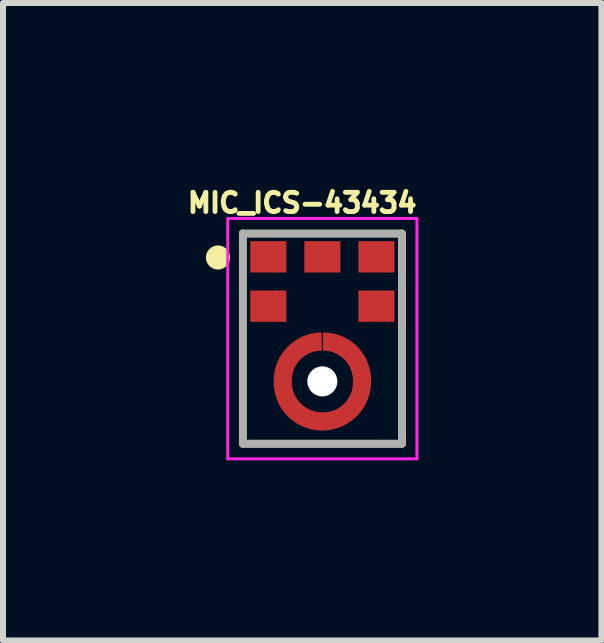
<source format=kicad_pcb>
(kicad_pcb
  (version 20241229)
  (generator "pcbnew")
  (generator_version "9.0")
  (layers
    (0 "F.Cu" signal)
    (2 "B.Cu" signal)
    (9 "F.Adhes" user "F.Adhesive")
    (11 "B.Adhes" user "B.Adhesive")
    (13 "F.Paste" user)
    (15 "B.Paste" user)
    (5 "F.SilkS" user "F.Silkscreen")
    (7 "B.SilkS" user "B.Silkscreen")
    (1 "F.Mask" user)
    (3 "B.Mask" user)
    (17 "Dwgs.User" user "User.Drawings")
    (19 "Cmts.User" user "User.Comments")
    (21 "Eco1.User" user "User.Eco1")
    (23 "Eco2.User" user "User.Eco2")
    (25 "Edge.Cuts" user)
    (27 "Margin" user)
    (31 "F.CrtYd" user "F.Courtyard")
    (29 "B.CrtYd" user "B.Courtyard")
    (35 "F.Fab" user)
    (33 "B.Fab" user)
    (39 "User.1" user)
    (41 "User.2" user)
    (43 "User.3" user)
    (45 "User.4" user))
  (footprint "MIC_ICS-43434"
    (layer "F.Cu")
    (at 2.318 2.588)
    (property "Reference" "MIC_ICS-43434" (at -0.335 -2.259 0) (layer "F.SilkS") (effects (font (size 0.321 0.321) (thickness 0.15))))
    (attr smd)
    (fp_circle (center 0 0.713) (end 0.665 0.713) (stroke (width 0.5) (type solid)) (fill no) (layer "F.Mask"))
    (fp_line (start -1.325 -1.75) (end -1.325 1.75) (stroke (width 0.127) (type solid)) (layer "F.SilkS"))
    (fp_line (start -1.325 1.75) (end 1.325 1.75) (stroke (width 0.127) (type solid)) (layer "F.SilkS"))
    (fp_line (start 1.325 -1.75) (end -1.325 -1.75) (stroke (width 0.127) (type solid)) (layer "F.SilkS"))
    (fp_line (start 1.325 1.75) (end 1.325 -1.75) (stroke (width 0.127) (type solid)) (layer "F.SilkS"))
    (fp_circle (center -1.738 -1.35) (end -1.637 -1.35) (stroke (width 0.2) (type solid)) (fill no) (layer "F.SilkS"))
    (fp_poly (pts (xy -0.65 -1.572) (xy -0.65 -1.15) (xy -1.15 -1.15) (xy -1.15 -1.572)) (stroke (width 0.001) (type solid)) (fill yes) (layer "F.Paste"))
    (fp_poly (pts (xy -0.65 -0.75) (xy -0.65 -0.328) (xy -1.15 -0.328) (xy -1.15 -0.75)) (stroke (width 0.001) (type solid)) (fill yes) (layer "F.Paste"))
    (fp_poly (pts (xy 0.25 -1.572) (xy 0.25 -1.15) (xy -0.25 -1.15) (xy -0.25 -1.572)) (stroke (width 0.001) (type solid)) (fill yes) (layer "F.Paste"))
    (fp_poly (pts (xy 1.15 -1.572) (xy 1.15 -1.15) (xy 0.65 -1.15) (xy 0.65 -1.572)) (stroke (width 0.001) (type solid)) (fill yes) (layer "F.Paste"))
    (fp_poly (pts (xy 1.15 -0.75) (xy 1.15 -0.328) (xy 0.65 -0.328) (xy 0.65 -0.75)) (stroke (width 0.001) (type solid)) (fill yes) (layer "F.Paste"))
    (fp_poly (pts (xy -0.51 0.663) (xy -0.508 0.642) (xy -0.504 0.618) (xy -0.499 0.595) (xy -0.493 0.572) (xy -0.486 0.55) (xy -0.478 0.527) (xy -0.469 0.505) (xy -0.459 0.484) (xy -0.448 0.463) (xy -0.436 0.443) (xy -0.423 0.423) (xy -0.41 0.403) (xy -0.395 0.385) (xy -0.379 0.367) (xy -0.363 0.35) (xy -0.346 0.334) (xy -0.328 0.318) (xy -0.31 0.303) (xy -0.29 0.29) (xy -0.27 0.277) (xy -0.25 0.265) (xy -0.229 0.254) (xy -0.208 0.244) (xy -0.186 0.235) (xy -0.163 0.227) (xy -0.141 0.22) (xy -0.118 0.214) (xy -0.095 0.209) (xy -0.071 0.205) (xy -0.05 0.203) (xy -0.05 -0.097) (xy -0.089 -0.094) (xy -0.127 -0.089) (xy -0.166 -0.082) (xy -0.204 -0.074) (xy -0.242 -0.063) (xy -0.28 -0.051) (xy -0.316 -0.036) (xy -0.352 -0.02) (xy -0.387 -0.003) (xy -0.421 0.017) (xy -0.454 0.038) (xy -0.487 0.06) (xy -0.518 0.085) (xy -0.547 0.11) (xy -0.576 0.137) (xy -0.603 0.166) (xy -0.628 0.195) (xy -0.653 0.226) (xy -0.675 0.259) (xy -0.696 0.292) (xy -0.716 0.326) (xy -0.733 0.361) (xy -0.749 0.397) (xy -0.764 0.433) (xy -0.776 0.471) (xy -0.787 0.509) (xy -0.795 0.547) (xy -0.802 0.586) (xy -0.807 0.624) (xy -0.81 0.663) (xy -0.51 0.663)) (stroke (width 0.001) (type solid)) (fill yes) (layer "F.Paste"))
    (fp_poly (pts (xy -0.05 1.223) (xy -0.071 1.221) (xy -0.095 1.217) (xy -0.118 1.212) (xy -0.141 1.206) (xy -0.163 1.199) (xy -0.186 1.191) (xy -0.208 1.182) (xy -0.229 1.172) (xy -0.25 1.161) (xy -0.27 1.149) (xy -0.29 1.136) (xy -0.31 1.123) (xy -0.328 1.108) (xy -0.346 1.092) (xy -0.363 1.076) (xy -0.379 1.059) (xy -0.395 1.041) (xy -0.41 1.023) (xy -0.423 1.003) (xy -0.436 0.983) (xy -0.448 0.963) (xy -0.459 0.942) (xy -0.469 0.921) (xy -0.478 0.899) (xy -0.486 0.876) (xy -0.493 0.854) (xy -0.499 0.831) (xy -0.504 0.808) (xy -0.508 0.784) (xy -0.51 0.763) (xy -0.81 0.763) (xy -0.807 0.802) (xy -0.802 0.84) (xy -0.795 0.879) (xy -0.787 0.917) (xy -0.776 0.955) (xy -0.764 0.993) (xy -0.749 1.029) (xy -0.733 1.065) (xy -0.716 1.1) (xy -0.696 1.134) (xy -0.675 1.167) (xy -0.653 1.2) (xy -0.628 1.231) (xy -0.603 1.26) (xy -0.576 1.289) (xy -0.547 1.316) (xy -0.518 1.341) (xy -0.487 1.366) (xy -0.454 1.388) (xy -0.421 1.409) (xy -0.387 1.429) (xy -0.352 1.446) (xy -0.316 1.462) (xy -0.28 1.477) (xy -0.242 1.489) (xy -0.204 1.5) (xy -0.166 1.508) (xy -0.127 1.515) (xy -0.089 1.52) (xy -0.05 1.523) (xy -0.05 1.223)) (stroke (width 0.001) (type solid)) (fill yes) (layer "F.Paste"))
    (fp_poly (pts (xy 0.05 0.203) (xy 0.071 0.205) (xy 0.095 0.209) (xy 0.118 0.214) (xy 0.141 0.22) (xy 0.163 0.227) (xy 0.186 0.235) (xy 0.208 0.244) (xy 0.229 0.254) (xy 0.25 0.265) (xy 0.27 0.277) (xy 0.29 0.29) (xy 0.31 0.303) (xy 0.328 0.318) (xy 0.346 0.334) (xy 0.363 0.35) (xy 0.379 0.367) (xy 0.395 0.385) (xy 0.41 0.403) (xy 0.423 0.423) (xy 0.436 0.443) (xy 0.448 0.463) (xy 0.459 0.484) (xy 0.469 0.505) (xy 0.478 0.527) (xy 0.486 0.55) (xy 0.493 0.572) (xy 0.499 0.595) (xy 0.504 0.618) (xy 0.508 0.642) (xy 0.51 0.663) (xy 0.81 0.663) (xy 0.807 0.624) (xy 0.802 0.586) (xy 0.795 0.547) (xy 0.787 0.509) (xy 0.776 0.471) (xy 0.764 0.433) (xy 0.749 0.397) (xy 0.733 0.361) (xy 0.716 0.326) (xy 0.696 0.292) (xy 0.675 0.259) (xy 0.653 0.226) (xy 0.628 0.195) (xy 0.603 0.166) (xy 0.576 0.137) (xy 0.547 0.11) (xy 0.518 0.085) (xy 0.487 0.06) (xy 0.454 0.038) (xy 0.421 0.017) (xy 0.387 -0.003) (xy 0.352 -0.02) (xy 0.316 -0.036) (xy 0.28 -0.051) (xy 0.242 -0.063) (xy 0.204 -0.074) (xy 0.166 -0.082) (xy 0.127 -0.089) (xy 0.089 -0.094) (xy 0.05 -0.097) (xy 0.05 0.203)) (stroke (width 0.001) (type solid)) (fill yes) (layer "F.Paste"))
    (fp_poly (pts (xy 0.51 0.763) (xy 0.508 0.784) (xy 0.504 0.808) (xy 0.499 0.831) (xy 0.493 0.854) (xy 0.486 0.876) (xy 0.478 0.899) (xy 0.469 0.921) (xy 0.459 0.942) (xy 0.448 0.963) (xy 0.436 0.983) (xy 0.423 1.003) (xy 0.41 1.023) (xy 0.395 1.041) (xy 0.379 1.059) (xy 0.363 1.076) (xy 0.346 1.092) (xy 0.328 1.108) (xy 0.31 1.123) (xy 0.29 1.136) (xy 0.27 1.149) (xy 0.25 1.161) (xy 0.229 1.172) (xy 0.208 1.182) (xy 0.186 1.191) (xy 0.163 1.199) (xy 0.141 1.206) (xy 0.118 1.212) (xy 0.095 1.217) (xy 0.071 1.221) (xy 0.05 1.223) (xy 0.05 1.523) (xy 0.089 1.52) (xy 0.127 1.515) (xy 0.166 1.508) (xy 0.204 1.5) (xy 0.242 1.489) (xy 0.28 1.477) (xy 0.316 1.462) (xy 0.352 1.446) (xy 0.387 1.429) (xy 0.421 1.409) (xy 0.454 1.388) (xy 0.487 1.366) (xy 0.518 1.341) (xy 0.547 1.316) (xy 0.576 1.289) (xy 0.603 1.26) (xy 0.628 1.231) (xy 0.653 1.2) (xy 0.675 1.167) (xy 0.696 1.134) (xy 0.716 1.1) (xy 0.733 1.065) (xy 0.749 1.029) (xy 0.764 0.993) (xy 0.776 0.955) (xy 0.787 0.917) (xy 0.795 0.879) (xy 0.802 0.84) (xy 0.807 0.802) (xy 0.81 0.763) (xy 0.51 0.763)) (stroke (width 0.001) (type solid)) (fill yes) (layer "F.Paste"))
    (fp_line (start -1.575 -2) (end 1.575 -2) (stroke (width 0.05) (type solid)) (layer "F.CrtYd"))
    (fp_line (start -1.575 2.003) (end -1.575 -2) (stroke (width 0.05) (type solid)) (layer "F.CrtYd"))
    (fp_line (start 1.575 -2) (end 1.575 2.003) (stroke (width 0.05) (type solid)) (layer "F.CrtYd"))
    (fp_line (start 1.575 2.003) (end -1.575 2.003) (stroke (width 0.05) (type solid)) (layer "F.CrtYd"))
    (fp_line (start -1.325 -1.747) (end 1.325 -1.747) (stroke (width 0.127) (type solid)) (layer "F.Fab"))
    (fp_line (start -1.325 1.753) (end -1.325 -1.747) (stroke (width 0.127) (type solid)) (layer "F.Fab"))
    (fp_line (start 1.325 -1.747) (end 1.325 1.753) (stroke (width 0.127) (type solid)) (layer "F.Fab"))
    (fp_line (start 1.325 1.753) (end -1.325 1.753) (stroke (width 0.127) (type solid)) (layer "F.Fab"))
    (pad "" np_thru_hole circle (at 0 0.713) (size 0.5 0.5) (drill 0.5) (layers "*.Cu" "*.Mask"))
    (pad "1" smd rect (at -0.9 -1.361) (size 0.6 0.522) (layers "F.Cu" "F.Mask"))
    (pad "2" smd rect (at -0.9 -0.539) (size 0.6 0.522) (layers "F.Cu" "F.Mask"))
    (pad "3" smd custom (at -0.015 1.383) (size 0.1 0.1) (layers "F.Cu") (options (anchor rect)) (primitives (gr_poly (pts (xy 0.005 -1.483) (xy 0.005 -1.183) (xy -0.021 -1.182) (xy -0.046 -1.18) (xy -0.072 -1.177) (xy -0.099 -1.172) (xy -0.123 -1.166) (xy -0.149 -1.159) (xy -0.173 -1.15) (xy -0.198 -1.14) (xy -0.222 -1.129) (xy -0.244 -1.116) (xy -0.267 -1.102) (xy -0.288 -1.088) (xy -0.309 -1.072) (xy -0.33 -1.055) (xy -0.348 -1.037) (xy -0.366 -1.018) (xy -0.384 -0.998) (xy -0.4 -0.977) (xy -0.413 -0.955) (xy -0.427 -0.933) (xy -0.441 -0.91) (xy -0.452 -0.886) (xy -0.462 -0.862) (xy -0.47 -0.838) (xy -0.477 -0.812) (xy -0.483 -0.787) (xy -0.488 -0.761) (xy -0.491 -0.735) (xy -0.493 -0.709) (xy -0.494 -0.683) (xy -0.494 -0.663) (xy -0.493 -0.636) (xy -0.491 -0.61) (xy -0.488 -0.583) (xy -0.483 -0.557) (xy -0.477 -0.531) (xy -0.469 -0.505) (xy -0.461 -0.48) (xy -0.451 -0.456) (xy -0.439 -0.431) (xy -0.426 -0.408) (xy -0.412 -0.385) (xy -0.398 -0.363) (xy -0.381 -0.342) (xy -0.363 -0.322) (xy -0.345 -0.302) (xy -0.326 -0.284) (xy -0.305 -0.267) (xy -0.284 -0.25) (xy -0.263 -0.235) (xy -0.239 -0.221) (xy -0.216 -0.209) (xy -0.192 -0.197) (xy -0.168 -0.187) (xy -0.142 -0.178) (xy -0.117 -0.17) (xy -0.09 -0.164) (xy -0.065 -0.159) (xy -0.037 -0.156) (xy -0.011 -0.154) (xy 0.015 -0.153) (xy 0.025 -0.153) (xy 0.051 -0.154) (xy 0.077 -0.156) (xy 0.103 -0.159) (xy 0.13 -0.164) (xy 0.154 -0.17) (xy 0.18 -0.177) (xy 0.204 -0.186) (xy 0.229 -0.196) (xy 0.253 -0.207) (xy 0.276 -0.22) (xy 0.297 -0.234) (xy 0.32 -0.248) (xy 0.341 -0.264) (xy 0.36 -0.281) (xy 0.38 -0.299) (xy 0.398 -0.318) (xy 0.414 -0.338) (xy 0.43 -0.359) (xy 0.445 -0.381) (xy 0.459 -0.403) (xy 0.471 -0.426) (xy 0.482 -0.45) (xy 0.492 -0.474) (xy 0.501 -0.498) (xy 0.508 -0.524) (xy 0.514 -0.549) (xy 0.519 -0.575) (xy 0.522 -0.601) (xy 0.524 -0.627) (xy 0.525 -0.653) (xy 0.525 -0.683) (xy 0.524 -0.709) (xy 0.522 -0.735) (xy 0.519 -0.761) (xy 0.514 -0.787) (xy 0.508 -0.812) (xy 0.501 -0.838) (xy 0.492 -0.862) (xy 0.482 -0.886) (xy 0.471 -0.91) (xy 0.459 -0.933) (xy 0.445 -0.955) (xy 0.43 -0.977) (xy 0.414 -0.998) (xy 0.398 -1.018) (xy 0.38 -1.037) (xy 0.36 -1.055) (xy 0.341 -1.072) (xy 0.32 -1.088) (xy 0.297 -1.102) (xy 0.276 -1.116) (xy 0.253 -1.129) (xy 0.229 -1.14) (xy 0.204 -1.15) (xy 0.18 -1.159) (xy 0.154 -1.166) (xy 0.13 -1.172) (xy 0.103 -1.177) (xy 0.077 -1.18) (xy 0.051 -1.182) (xy 0.025 -1.183) (xy 0.025 -1.483) (xy 0.035 -1.483) (xy 0.076 -1.482) (xy 0.118 -1.479) (xy 0.16 -1.473) (xy 0.2 -1.466) (xy 0.239 -1.456) (xy 0.28 -1.444) (xy 0.319 -1.431) (xy 0.356 -1.415) (xy 0.395 -1.397) (xy 0.43 -1.377) (xy 0.466 -1.356) (xy 0.499 -1.332) (xy 0.532 -1.307) (xy 0.565 -1.28) (xy 0.595 -1.252) (xy 0.623 -1.222) (xy 0.649 -1.19) (xy 0.674 -1.157) (xy 0.699 -1.123) (xy 0.72 -1.088) (xy 0.74 -1.052) (xy 0.757 -1.014) (xy 0.773 -0.976) (xy 0.786 -0.937) (xy 0.798 -0.897) (xy 0.808 -0.857) (xy 0.816 -0.817) (xy 0.822 -0.776) (xy 0.825 -0.734) (xy 0.826 -0.693) (xy 0.826 -0.663) (xy 0.825 -0.621) (xy 0.822 -0.578) (xy 0.816 -0.536) (xy 0.807 -0.495) (xy 0.797 -0.453) (xy 0.785 -0.413) (xy 0.771 -0.373) (xy 0.755 -0.334) (xy 0.738 -0.295) (xy 0.717 -0.258) (xy 0.695 -0.222) (xy 0.67 -0.187) (xy 0.644 -0.153) (xy 0.618 -0.121) (xy 0.589 -0.09) (xy 0.557 -0.061) (xy 0.525 -0.034) (xy 0.491 -0.008) (xy 0.457 0.016) (xy 0.42 0.038) (xy 0.384 0.059) (xy 0.344 0.077) (xy 0.305 0.093) (xy 0.266 0.107) (xy 0.226 0.119) (xy 0.183 0.129) (xy 0.142 0.137) (xy 0.101 0.143) (xy 0.058 0.146) (xy 0.015 0.147) (xy 0.005 0.147) (xy -0.036 0.146) (xy -0.079 0.143) (xy -0.119 0.137) (xy -0.161 0.13) (xy -0.202 0.12) (xy -0.241 0.108) (xy -0.281 0.094) (xy -0.32 0.078) (xy -0.357 0.06) (xy -0.395 0.04) (xy -0.43 0.018) (xy -0.465 -0.006) (xy -0.497 -0.031) (xy -0.529 -0.058) (xy -0.56 -0.087) (xy -0.59 -0.118) (xy -0.617 -0.15) (xy -0.641 -0.183) (xy -0.665 -0.217) (xy -0.688 -0.253) (xy -0.708 -0.29) (xy -0.726 -0.328) (xy -0.742 -0.366) (xy -0.755 -0.406) (xy -0.767 -0.446) (xy -0.777 -0.487) (xy -0.784 -0.528) (xy -0.79 -0.569) (xy -0.793 -0.611) (xy -0.794 -0.653) (xy -0.794 -0.683) (xy -0.793 -0.725) (xy -0.79 -0.767) (xy -0.784 -0.808) (xy -0.777 -0.849) (xy -0.767 -0.89) (xy -0.755 -0.93) (xy -0.742 -0.97) (xy -0.726 -1.008) (xy -0.708 -1.046) (xy -0.688 -1.083) (xy -0.665 -1.119) (xy -0.641 -1.153) (xy -0.617 -1.186) (xy -0.59 -1.218) (xy -0.56 -1.249) (xy -0.529 -1.278) (xy -0.497 -1.305) (xy -0.465 -1.33) (xy -0.43 -1.354) (xy -0.395 -1.376) (xy -0.357 -1.396) (xy -0.32 -1.414) (xy -0.281 -1.43) (xy -0.241 -1.444) (xy -0.202 -1.456) (xy -0.161 -1.466) (xy -0.119 -1.473) (xy -0.079 -1.479) (xy -0.036 -1.482) (xy 0.005 -1.483)) (width 0.001) (fill yes))))
    (pad "4" smd rect (at 0.9 -0.539) (size 0.6 0.522) (layers "F.Cu" "F.Mask"))
    (pad "5" smd rect (at 0.9 -1.361) (size 0.6 0.522) (layers "F.Cu" "F.Mask"))
    (pad "6" smd rect (at 0 -1.361) (size 0.6 0.522) (layers "F.Cu" "F.Mask")))
  (gr_rect
    (start -3 -3)
    (end 6.965 7.616)
    (stroke (width 0.1) (type default))
    (fill no)
    (layer "Edge.Cuts")))
</source>
